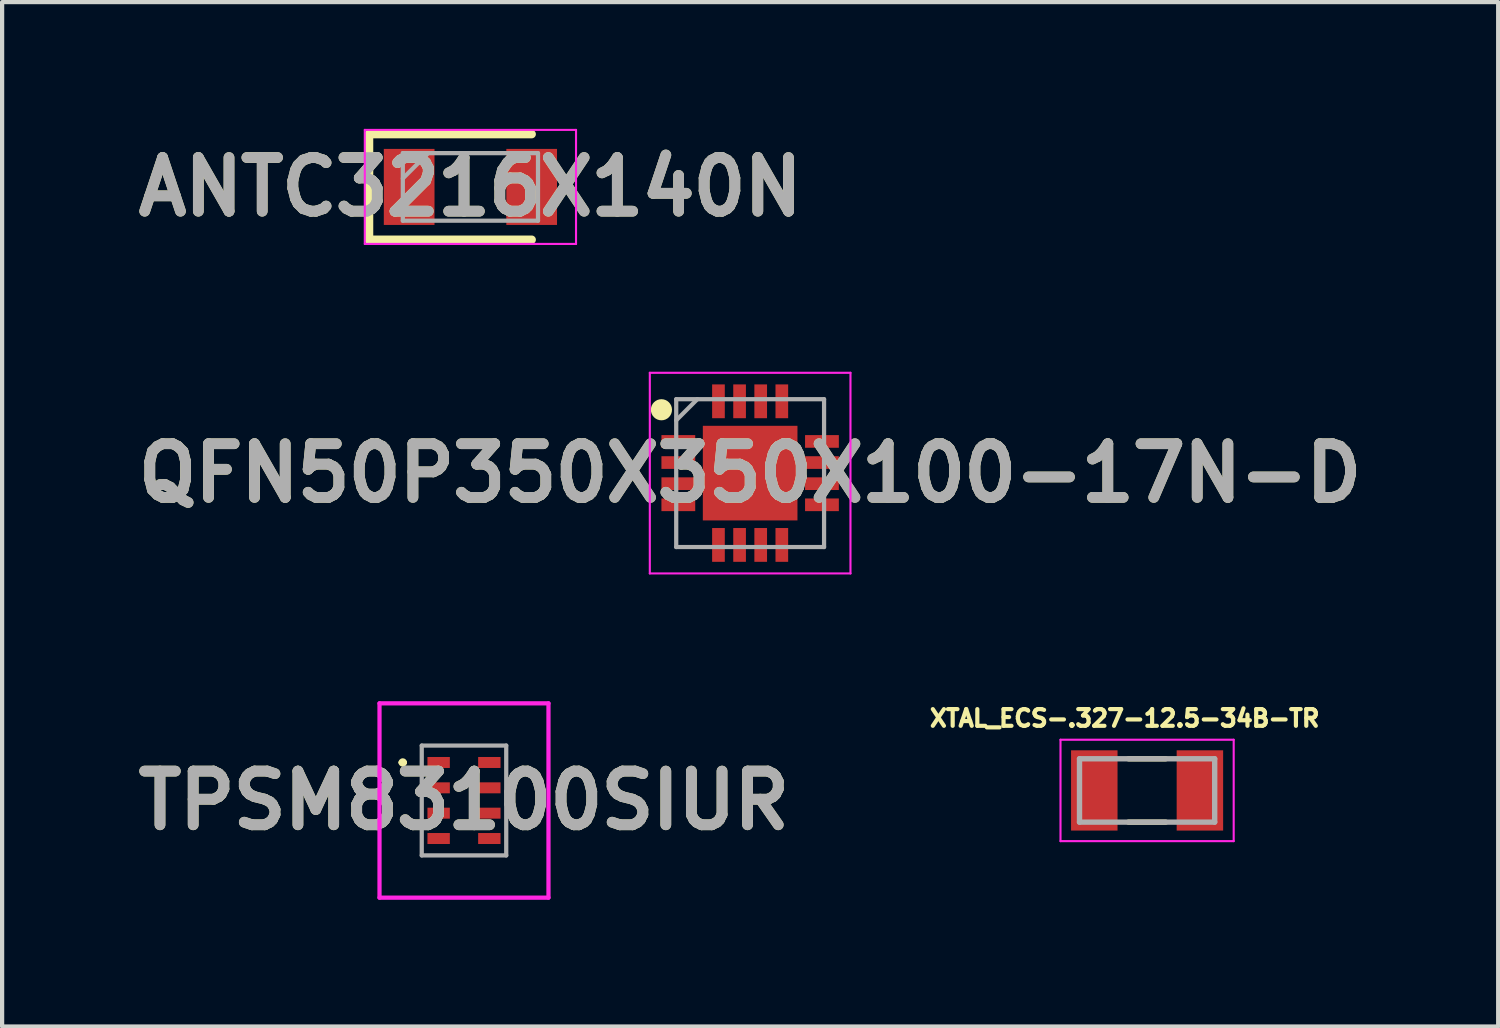
<source format=kicad_pcb>
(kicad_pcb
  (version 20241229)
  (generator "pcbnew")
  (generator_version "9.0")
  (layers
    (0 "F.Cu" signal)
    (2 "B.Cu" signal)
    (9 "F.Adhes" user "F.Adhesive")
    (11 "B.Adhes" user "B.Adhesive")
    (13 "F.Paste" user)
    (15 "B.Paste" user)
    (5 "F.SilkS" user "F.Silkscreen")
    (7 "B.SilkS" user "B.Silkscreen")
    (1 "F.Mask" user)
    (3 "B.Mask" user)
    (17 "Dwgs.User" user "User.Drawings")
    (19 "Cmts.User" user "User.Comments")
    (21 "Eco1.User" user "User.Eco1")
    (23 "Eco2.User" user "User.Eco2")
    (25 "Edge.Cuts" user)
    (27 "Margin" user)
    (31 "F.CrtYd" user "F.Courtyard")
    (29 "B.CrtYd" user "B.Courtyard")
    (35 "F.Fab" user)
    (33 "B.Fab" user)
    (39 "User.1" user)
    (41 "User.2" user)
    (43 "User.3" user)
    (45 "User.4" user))
  (footprint "ANTC3216X140N"
    (layer "F.Cu")
    (at 8.086 1.375)
    (property "Reference" "ANTC3216X140N" (at 0 0 0) (layer "F.SilkS") (effects (font (size 1.27 1.27) (thickness 0.254))))
    (attr smd)
    (fp_line (start -2.4 -1.25) (end -2.4 1.25) (stroke (width 0.2) (type solid)) (layer "F.SilkS"))
    (fp_line (start -2.4 1.25) (end 1.45 1.25) (stroke (width 0.2) (type solid)) (layer "F.SilkS"))
    (fp_line (start 1.45 -1.25) (end -2.4 -1.25) (stroke (width 0.2) (type solid)) (layer "F.SilkS"))
    (fp_line (start -2.5 -1.35) (end 2.5 -1.35) (stroke (width 0.05) (type solid)) (layer "F.CrtYd"))
    (fp_line (start -2.5 1.35) (end -2.5 -1.35) (stroke (width 0.05) (type solid)) (layer "F.CrtYd"))
    (fp_line (start 2.5 -1.35) (end 2.5 1.35) (stroke (width 0.05) (type solid)) (layer "F.CrtYd"))
    (fp_line (start 2.5 1.35) (end -2.5 1.35) (stroke (width 0.05) (type solid)) (layer "F.CrtYd"))
    (fp_line (start -1.6 -0.8) (end 1.6 -0.8) (stroke (width 0.1) (type solid)) (layer "F.Fab"))
    (fp_line (start -1.6 -0.2) (end -1 -0.8) (stroke (width 0.1) (type solid)) (layer "F.Fab"))
    (fp_line (start -1.6 0.8) (end -1.6 -0.8) (stroke (width 0.1) (type solid)) (layer "F.Fab"))
    (fp_line (start 1.6 -0.8) (end 1.6 0.8) (stroke (width 0.1) (type solid)) (layer "F.Fab"))
    (fp_line (start 1.6 0.8) (end -1.6 0.8) (stroke (width 0.1) (type solid)) (layer "F.Fab"))
    (fp_text user "${REFERENCE}" (at 0 0 0) (layer "F.Fab") (effects (font (size 1.27 1.27) (thickness 0.254))))
    (pad "1" smd rect (at -1.45 0) (size 1.2 1.8) (layers "F.Cu" "F.Mask" "F.Paste"))
    (pad "2" smd rect (at 1.45 0) (size 1.2 1.8) (layers "F.Cu" "F.Mask" "F.Paste")))
  (footprint "TPSM83100SIUR"
    (layer "F.Cu")
    (at 7.934 15.9)
    (property "Reference" "TPSM83100SIUR" (at 0 0 0) (layer "F.SilkS") (effects (font (size 1.27 1.27) (thickness 0.254))))
    (attr smd)
    (fp_line (start -1.5 -0.9) (end -1.5 -0.9) (stroke (width 0.1) (type solid)) (layer "F.SilkS"))
    (fp_line (start -1.4 -0.9) (end -1.4 -0.9) (stroke (width 0.1) (type solid)) (layer "F.SilkS"))
    (fp_arc (start -1.5 -0.9) (mid -1.45 -0.95) (end -1.4 -0.9) (stroke (width 0.1) (type solid)) (layer "F.SilkS"))
    (fp_arc (start -1.4 -0.9) (mid -1.45 -0.85) (end -1.5 -0.9) (stroke (width 0.1) (type solid)) (layer "F.SilkS"))
    (fp_line (start -2 -2.3) (end 2 -2.3) (stroke (width 0.1) (type solid)) (layer "F.CrtYd"))
    (fp_line (start -2 2.3) (end -2 -2.3) (stroke (width 0.1) (type solid)) (layer "F.CrtYd"))
    (fp_line (start 2 -2.3) (end 2 2.3) (stroke (width 0.1) (type solid)) (layer "F.CrtYd"))
    (fp_line (start 2 2.3) (end -2 2.3) (stroke (width 0.1) (type solid)) (layer "F.CrtYd"))
    (fp_line (start -1 -1.3) (end -1 1.3) (stroke (width 0.1) (type solid)) (layer "F.Fab"))
    (fp_line (start -1 1.3) (end 1 1.3) (stroke (width 0.1) (type solid)) (layer "F.Fab"))
    (fp_line (start 1 -1.3) (end -1 -1.3) (stroke (width 0.1) (type solid)) (layer "F.Fab"))
    (fp_line (start 1 1.3) (end 1 -1.3) (stroke (width 0.1) (type solid)) (layer "F.Fab"))
    (fp_text user "${REFERENCE}" (at 0 0 0) (layer "F.Fab") (effects (font (size 1.27 1.27) (thickness 0.254))))
    (pad "1" smd rect (at -0.6 -0.9 90) (size 0.26 0.53) (layers "F.Cu" "F.Mask" "F.Paste"))
    (pad "2" smd rect (at -0.6 -0.3 90) (size 0.26 0.53) (layers "F.Cu" "F.Mask" "F.Paste"))
    (pad "3" smd rect (at -0.6 0.3 90) (size 0.26 0.53) (layers "F.Cu" "F.Mask" "F.Paste"))
    (pad "4" smd rect (at -0.6 0.9 90) (size 0.26 0.53) (layers "F.Cu" "F.Mask" "F.Paste"))
    (pad "5" smd rect (at 0.6 0.9 90) (size 0.26 0.53) (layers "F.Cu" "F.Mask" "F.Paste"))
    (pad "6" smd rect (at 0.6 0.3 90) (size 0.26 0.53) (layers "F.Cu" "F.Mask" "F.Paste"))
    (pad "7" smd rect (at 0.6 -0.3 90) (size 0.26 0.53) (layers "F.Cu" "F.Mask" "F.Paste"))
    (pad "8" smd rect (at 0.6 -0.9 90) (size 0.26 0.53) (layers "F.Cu" "F.Mask" "F.Paste")))
  (footprint "XTAL_ECS-.327-12.5-34B-TR"
    (layer "F.Cu")
    (at 24.105 15.662)
    (property "Reference" "XTAL_ECS-.327-12.5-34B-TR" (at -0.53 -1.708 0) (layer "F.SilkS") (effects (font (size 0.395 0.395) (thickness 0.15))))
    (attr smd)
    (fp_line (start -0.44 -0.75) (end 0.44 -0.75) (stroke (width 0.127) (type solid)) (layer "F.SilkS"))
    (fp_line (start -0.44 0.75) (end 0.44 0.75) (stroke (width 0.127) (type solid)) (layer "F.SilkS"))
    (fp_line (start -2.05 -1.2) (end 2.05 -1.2) (stroke (width 0.05) (type solid)) (layer "F.CrtYd"))
    (fp_line (start -2.05 1.2) (end -2.05 -1.2) (stroke (width 0.05) (type solid)) (layer "F.CrtYd"))
    (fp_line (start 2.05 -1.2) (end 2.05 1.2) (stroke (width 0.05) (type solid)) (layer "F.CrtYd"))
    (fp_line (start 2.05 1.2) (end -2.05 1.2) (stroke (width 0.05) (type solid)) (layer "F.CrtYd"))
    (fp_line (start -1.6 -0.75) (end -1.6 0.75) (stroke (width 0.127) (type solid)) (layer "F.Fab"))
    (fp_line (start -1.6 0.75) (end 1.6 0.75) (stroke (width 0.127) (type solid)) (layer "F.Fab"))
    (fp_line (start 1.6 -0.75) (end -1.6 -0.75) (stroke (width 0.127) (type solid)) (layer "F.Fab"))
    (fp_line (start 1.6 0.75) (end 1.6 -0.75) (stroke (width 0.127) (type solid)) (layer "F.Fab"))
    (pad "1" smd rect (at -1.25 0) (size 1.1 1.9) (layers "F.Cu" "F.Mask" "F.Paste"))
    (pad "2" smd rect (at 1.25 0) (size 1.1 1.9) (layers "F.Cu" "F.Mask" "F.Paste")))
  (footprint "QFN50P350X350X100-17N-D"
    (layer "F.Cu")
    (at 14.708 8.15)
    (property "Reference" "QFN50P350X350X100-17N-D" (at 0 0 0) (layer "F.SilkS") (effects (font (size 1.27 1.27) (thickness 0.254))))
    (attr smd)
    (fp_circle (center -2.1 -1.5) (end -2.1 -1.375) (stroke (width 0.25) (type solid)) (fill no) (layer "F.SilkS"))
    (fp_line (start -2.375 -2.375) (end 2.375 -2.375) (stroke (width 0.05) (type solid)) (layer "F.CrtYd"))
    (fp_line (start -2.375 2.375) (end -2.375 -2.375) (stroke (width 0.05) (type solid)) (layer "F.CrtYd"))
    (fp_line (start 2.375 -2.375) (end 2.375 2.375) (stroke (width 0.05) (type solid)) (layer "F.CrtYd"))
    (fp_line (start 2.375 2.375) (end -2.375 2.375) (stroke (width 0.05) (type solid)) (layer "F.CrtYd"))
    (fp_line (start -1.75 -1.75) (end 1.75 -1.75) (stroke (width 0.1) (type solid)) (layer "F.Fab"))
    (fp_line (start -1.75 -1.25) (end -1.25 -1.75) (stroke (width 0.1) (type solid)) (layer "F.Fab"))
    (fp_line (start -1.75 1.75) (end -1.75 -1.75) (stroke (width 0.1) (type solid)) (layer "F.Fab"))
    (fp_line (start 1.75 -1.75) (end 1.75 1.75) (stroke (width 0.1) (type solid)) (layer "F.Fab"))
    (fp_line (start 1.75 1.75) (end -1.75 1.75) (stroke (width 0.1) (type solid)) (layer "F.Fab"))
    (fp_text user "${REFERENCE}" (at 0 0 0) (layer "F.Fab") (effects (font (size 1.27 1.27) (thickness 0.254))))
    (pad "1" smd rect (at -1.7 -0.75 90) (size 0.3 0.8) (layers "F.Cu" "F.Mask" "F.Paste"))
    (pad "2" smd rect (at -1.7 -0.25 90) (size 0.3 0.8) (layers "F.Cu" "F.Mask" "F.Paste"))
    (pad "3" smd rect (at -1.7 0.25 90) (size 0.3 0.8) (layers "F.Cu" "F.Mask" "F.Paste"))
    (pad "4" smd rect (at -1.7 0.75 90) (size 0.3 0.8) (layers "F.Cu" "F.Mask" "F.Paste"))
    (pad "5" smd rect (at -0.75 1.7) (size 0.3 0.8) (layers "F.Cu" "F.Mask" "F.Paste"))
    (pad "6" smd rect (at -0.25 1.7) (size 0.3 0.8) (layers "F.Cu" "F.Mask" "F.Paste"))
    (pad "7" smd rect (at 0.25 1.7) (size 0.3 0.8) (layers "F.Cu" "F.Mask" "F.Paste"))
    (pad "8" smd rect (at 0.75 1.7) (size 0.3 0.8) (layers "F.Cu" "F.Mask" "F.Paste"))
    (pad "9" smd rect (at 1.7 0.75 90) (size 0.3 0.8) (layers "F.Cu" "F.Mask" "F.Paste"))
    (pad "10" smd rect (at 1.7 0.25 90) (size 0.3 0.8) (layers "F.Cu" "F.Mask" "F.Paste"))
    (pad "11" smd rect (at 1.7 -0.25 90) (size 0.3 0.8) (layers "F.Cu" "F.Mask" "F.Paste"))
    (pad "12" smd rect (at 1.7 -0.75 90) (size 0.3 0.8) (layers "F.Cu" "F.Mask" "F.Paste"))
    (pad "13" smd rect (at 0.75 -1.7) (size 0.3 0.8) (layers "F.Cu" "F.Mask" "F.Paste"))
    (pad "14" smd rect (at 0.25 -1.7) (size 0.3 0.8) (layers "F.Cu" "F.Mask" "F.Paste"))
    (pad "15" smd rect (at -0.25 -1.7) (size 0.3 0.8) (layers "F.Cu" "F.Mask" "F.Paste"))
    (pad "16" smd rect (at -0.75 -1.7) (size 0.3 0.8) (layers "F.Cu" "F.Mask" "F.Paste"))
    (pad "17" smd rect (at 0 0) (size 2.24 2.24) (layers "F.Cu" "F.Mask" "F.Paste")))
  (gr_rect
    (start -3 -3)
    (end 32.416 21.25)
    (stroke (width 0.1) (type default))
    (fill no)
    (layer "Edge.Cuts")))
</source>
